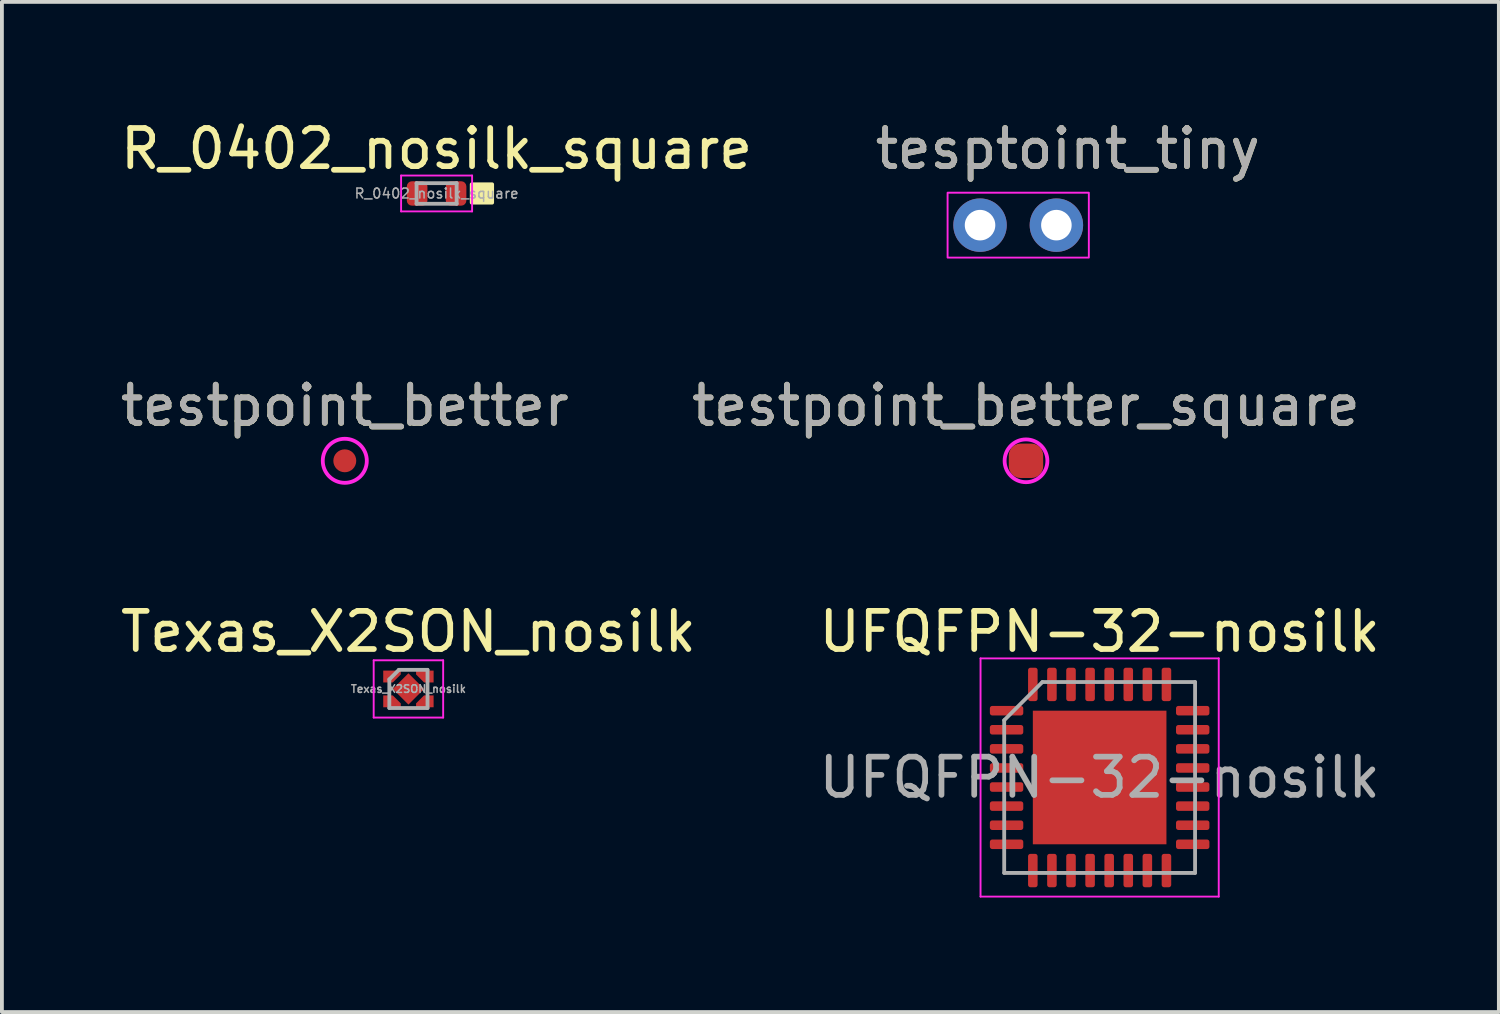
<source format=kicad_pcb>
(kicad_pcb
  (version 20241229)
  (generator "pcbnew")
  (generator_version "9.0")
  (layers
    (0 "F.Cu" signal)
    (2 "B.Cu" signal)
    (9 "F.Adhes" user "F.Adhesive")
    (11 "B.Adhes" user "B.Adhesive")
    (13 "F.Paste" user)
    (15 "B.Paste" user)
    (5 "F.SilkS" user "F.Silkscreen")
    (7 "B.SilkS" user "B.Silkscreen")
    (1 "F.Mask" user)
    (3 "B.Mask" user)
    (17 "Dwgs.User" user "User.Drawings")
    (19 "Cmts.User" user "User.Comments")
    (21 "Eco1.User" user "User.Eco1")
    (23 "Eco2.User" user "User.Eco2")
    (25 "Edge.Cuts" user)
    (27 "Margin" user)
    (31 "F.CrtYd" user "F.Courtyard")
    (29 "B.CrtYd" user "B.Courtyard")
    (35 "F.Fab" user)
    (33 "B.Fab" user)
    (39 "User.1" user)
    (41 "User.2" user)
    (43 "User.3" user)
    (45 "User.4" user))
  (footprint "tesptoint_tiny"
    (layer "F.Cu")
    (at 23.623 2.848)
    (property "Reference" "tesptoint_tiny" (at 1.3 -2 0) (layer "F.SilkS") (effects (font (size 1 1) (thickness 0.15))))
    (attr exclude_from_pos_files exclude_from_bom)
    (fp_rect (start -1.85 -0.85) (end 1.85 0.85) (stroke (width 0.05) (type default)) (fill no) (layer "F.CrtYd"))
    (fp_text user "${REFERENCE}" (at 1.3 -2 0) (layer "F.Fab") (effects (font (size 1 1) (thickness 0.15))))
    (pad "1" thru_hole circle (at -1 0) (size 1.4 1.4) (drill 0.8) (layers "*.Cu" "*.Mask"))
    (pad "2" thru_hole circle (at 1 0) (size 1.4 1.4) (drill 0.8) (layers "*.Cu" "*.Mask")))
  (footprint "Texas_X2SON_nosilk"
    (layer "F.Cu")
    (at 7.649 14.997)
    (property "Reference" "Texas_X2SON_nosilk" (at 0 -1.5 0) (layer "F.SilkS") (effects (font (size 1 1) (thickness 0.15))))
    (attr smd)
    (fp_line (start -0.91 -0.75) (end 0.91 -0.75) (stroke (width 0.05) (type solid)) (layer "F.CrtYd"))
    (fp_line (start -0.91 0.75) (end -0.91 -0.75) (stroke (width 0.05) (type solid)) (layer "F.CrtYd"))
    (fp_line (start 0.91 -0.75) (end 0.91 0.75) (stroke (width 0.05) (type solid)) (layer "F.CrtYd"))
    (fp_line (start 0.91 0.75) (end -0.91 0.75) (stroke (width 0.05) (type solid)) (layer "F.CrtYd"))
    (fp_line (start -0.5 -0.25) (end -0.25 -0.5) (stroke (width 0.1) (type solid)) (layer "F.Fab"))
    (fp_line (start -0.5 0.5) (end -0.5 -0.25) (stroke (width 0.1) (type solid)) (layer "F.Fab"))
    (fp_line (start -0.25 -0.5) (end 0.5 -0.5) (stroke (width 0.1) (type solid)) (layer "F.Fab"))
    (fp_line (start 0.5 -0.5) (end 0.5 0.5) (stroke (width 0.1) (type solid)) (layer "F.Fab"))
    (fp_line (start 0.5 0.5) (end -0.5 0.5) (stroke (width 0.1) (type solid)) (layer "F.Fab"))
    (fp_text user "${REFERENCE}" (at 0 0 0) (layer "F.Fab") (effects (font (size 0.2 0.2) (thickness 0.04))))
    (pad "" smd custom (at -0.43 -0.325) (size 0.148 0.148) (layers "F.Mask") (options (anchor circle)) (primitives (gr_poly (pts (xy 0.18 -0.075) (xy 0 0.105) (xy -0.18 0.105) (xy -0.18 -0.105) (xy 0.18 -0.105)) (width 0) (fill yes))))
    (pad "" smd custom (at -0.43 -0.325) (size 0.148 0.148) (layers "F.Paste") (options (anchor circle)) (primitives (gr_poly (pts (xy 0.18 -0.075) (xy 0 0.105) (xy -0.22 0.105) (xy -0.22 -0.105) (xy 0.18 -0.105)) (width 0) (fill yes))))
    (pad "" smd custom (at -0.43 0.325) (size 0.148 0.148) (layers "F.Mask") (options (anchor circle)) (primitives (gr_poly (pts (xy 0.18 0.075) (xy 0.18 0.105) (xy -0.18 0.105) (xy -0.18 -0.105) (xy 0 -0.105)) (width 0) (fill yes))))
    (pad "" smd custom (at -0.43 0.325) (size 0.148 0.148) (layers "F.Paste") (options (anchor circle)) (primitives (gr_poly (pts (xy 0.18 0.075) (xy 0.18 0.105) (xy -0.22 0.105) (xy -0.22 -0.105) (xy 0 -0.105)) (width 0) (fill yes))))
    (pad "" smd custom (at 0.43 -0.325) (size 0.148 0.148) (layers "F.Mask") (options (anchor circle)) (primitives (gr_poly (pts (xy 0.18 0.105) (xy 0 0.105) (xy -0.18 -0.075) (xy -0.18 -0.105) (xy 0.18 -0.105)) (width 0) (fill yes))))
    (pad "" smd custom (at 0.43 -0.325) (size 0.148 0.148) (layers "F.Paste") (options (anchor circle)) (primitives (gr_poly (pts (xy 0.22 0.105) (xy 0 0.105) (xy -0.18 -0.075) (xy -0.18 -0.105) (xy 0.22 -0.105)) (width 0) (fill yes))))
    (pad "" smd custom (at 0.43 0.325) (size 0.148 0.148) (layers "F.Mask") (options (anchor circle)) (primitives (gr_poly (pts (xy 0.18 0.105) (xy -0.18 0.105) (xy -0.18 0.075) (xy 0 -0.105) (xy 0.18 -0.105)) (width 0) (fill yes))))
    (pad "" smd custom (at 0.43 0.325) (size 0.148 0.148) (layers "F.Paste") (options (anchor circle)) (primitives (gr_poly (pts (xy 0.22 0.105) (xy -0.18 0.105) (xy -0.18 0.075) (xy 0 -0.105) (xy 0.22 -0.105)) (width 0) (fill yes))))
    (pad "1" smd custom (at -0.43 -0.325) (size 0.148 0.148) (layers "F.Cu") (options (anchor circle)) (primitives (gr_poly (pts (xy 0.23 -0.054) (xy 0.021 0.155) (xy -0.23 0.155) (xy -0.23 -0.155) (xy 0.23 -0.155)) (width 0) (fill yes))))
    (pad "2" smd custom (at -0.43 0.325) (size 0.148 0.148) (layers "F.Cu") (options (anchor circle)) (primitives (gr_poly (pts (xy 0.23 0.054) (xy 0.23 0.155) (xy -0.23 0.155) (xy -0.23 -0.155) (xy 0.021 -0.155)) (width 0) (fill yes))))
    (pad "3" smd custom (at 0.43 0.325) (size 0.148 0.148) (layers "F.Cu") (options (anchor circle)) (primitives (gr_poly (pts (xy 0.23 0.155) (xy -0.23 0.155) (xy -0.23 0.054) (xy -0.021 -0.155) (xy 0.23 -0.155)) (width 0) (fill yes))))
    (pad "4" smd custom (at 0.43 -0.325) (size 0.148 0.148) (layers "F.Cu") (options (anchor circle)) (primitives (gr_poly (pts (xy 0.23 0.155) (xy -0.021 0.155) (xy -0.23 -0.054) (xy -0.23 -0.155) (xy 0.23 -0.155)) (width 0) (fill yes))))
    (pad "5" smd rect (at 0 0 45) (size 0.58 0.58) (layers "F.Cu" "F.Mask" "F.Paste")))
  (footprint "testpoint_better"
    (layer "F.Cu")
    (at 5.982 9.021)
    (property "Reference" "testpoint_better" (at 0 -1.448 0) (layer "F.SilkS") (effects (font (size 1 1) (thickness 0.15))))
    (attr exclude_from_pos_files exclude_from_bom)
    (fp_circle (center 0 0) (end 0.577 0) (stroke (width 0.1) (type default)) (fill no) (layer "F.CrtYd"))
    (fp_text user "${REFERENCE}" (at 0 -1.45 0) (layer "F.Fab") (effects (font (size 1 1) (thickness 0.15))))
    (pad "1" smd circle (at 0 0) (size 0.6 0.6) (layers "F.Cu" "F.Mask")))
  (footprint "testpoint_better_square"
    (layer "F.Cu")
    (at 23.827 9.021)
    (property "Reference" "testpoint_better_square" (at 0 -1.448 0) (layer "F.SilkS") (effects (font (size 1 1) (thickness 0.15))))
    (attr exclude_from_pos_files exclude_from_bom)
    (fp_circle (center 0 0) (end 0.56 -0.01) (stroke (width 0.1) (type default)) (fill no) (layer "F.CrtYd"))
    (fp_text user "${REFERENCE}" (at 0 -1.45 0) (layer "F.Fab") (effects (font (size 1 1) (thickness 0.15))))
    (pad "1" smd roundrect (at 0 0) (size 0.9 0.9) (layers "F.Cu" "F.Mask") (roundrect_rratio 0.333)))
  (footprint "UFQFPN-32-nosilk"
    (layer "F.Cu")
    (at 25.756 17.317)
    (property "Reference" "UFQFPN-32-nosilk" (at 0 -3.82 0) (layer "F.SilkS") (effects (font (size 1 1) (thickness 0.15))))
    (attr smd)
    (fp_line (start -3.12 -3.12) (end -3.12 3.12) (stroke (width 0.05) (type solid)) (layer "F.CrtYd"))
    (fp_line (start -3.12 3.12) (end 3.12 3.12) (stroke (width 0.05) (type solid)) (layer "F.CrtYd"))
    (fp_line (start 3.12 -3.12) (end -3.12 -3.12) (stroke (width 0.05) (type solid)) (layer "F.CrtYd"))
    (fp_line (start 3.12 3.12) (end 3.12 -3.12) (stroke (width 0.05) (type solid)) (layer "F.CrtYd"))
    (fp_line (start -2.5 -1.5) (end -1.5 -2.5) (stroke (width 0.1) (type solid)) (layer "F.Fab"))
    (fp_line (start -2.5 2.5) (end -2.5 -1.5) (stroke (width 0.1) (type solid)) (layer "F.Fab"))
    (fp_line (start -1.5 -2.5) (end 2.5 -2.5) (stroke (width 0.1) (type solid)) (layer "F.Fab"))
    (fp_line (start 2.5 -2.5) (end 2.5 2.5) (stroke (width 0.1) (type solid)) (layer "F.Fab"))
    (fp_line (start 2.5 2.5) (end -2.5 2.5) (stroke (width 0.1) (type solid)) (layer "F.Fab"))
    (fp_text user "${REFERENCE}" (at 0 0 0) (layer "F.Fab") (effects (font (size 1 1) (thickness 0.15))))
    (pad "" smd roundrect (at -0.875 -0.875) (size 1.41 1.41) (layers "F.Paste") (roundrect_rratio 0.177))
    (pad "" smd roundrect (at -0.875 0.875) (size 1.41 1.41) (layers "F.Paste") (roundrect_rratio 0.177))
    (pad "" smd roundrect (at 0.875 -0.875) (size 1.41 1.41) (layers "F.Paste") (roundrect_rratio 0.177))
    (pad "" smd roundrect (at 0.875 0.875) (size 1.41 1.41) (layers "F.Paste") (roundrect_rratio 0.177))
    (pad "1" smd roundrect (at -2.438 -1.75) (size 0.875 0.25) (layers "F.Cu" "F.Mask" "F.Paste") (roundrect_rratio 0.25))
    (pad "2" smd roundrect (at -2.438 -1.25) (size 0.875 0.25) (layers "F.Cu" "F.Mask" "F.Paste") (roundrect_rratio 0.25))
    (pad "3" smd roundrect (at -2.438 -0.75) (size 0.875 0.25) (layers "F.Cu" "F.Mask" "F.Paste") (roundrect_rratio 0.25))
    (pad "4" smd roundrect (at -2.438 -0.25) (size 0.875 0.25) (layers "F.Cu" "F.Mask" "F.Paste") (roundrect_rratio 0.25))
    (pad "5" smd roundrect (at -2.438 0.25) (size 0.875 0.25) (layers "F.Cu" "F.Mask" "F.Paste") (roundrect_rratio 0.25))
    (pad "6" smd roundrect (at -2.438 0.75) (size 0.875 0.25) (layers "F.Cu" "F.Mask" "F.Paste") (roundrect_rratio 0.25))
    (pad "7" smd roundrect (at -2.438 1.25) (size 0.875 0.25) (layers "F.Cu" "F.Mask" "F.Paste") (roundrect_rratio 0.25))
    (pad "8" smd roundrect (at -2.438 1.75) (size 0.875 0.25) (layers "F.Cu" "F.Mask" "F.Paste") (roundrect_rratio 0.25))
    (pad "9" smd roundrect (at -1.75 2.438) (size 0.25 0.875) (layers "F.Cu" "F.Mask" "F.Paste") (roundrect_rratio 0.25))
    (pad "10" smd roundrect (at -1.25 2.438) (size 0.25 0.875) (layers "F.Cu" "F.Mask" "F.Paste") (roundrect_rratio 0.25))
    (pad "11" smd roundrect (at -0.75 2.438) (size 0.25 0.875) (layers "F.Cu" "F.Mask" "F.Paste") (roundrect_rratio 0.25))
    (pad "12" smd roundrect (at -0.25 2.438) (size 0.25 0.875) (layers "F.Cu" "F.Mask" "F.Paste") (roundrect_rratio 0.25))
    (pad "13" smd roundrect (at 0.25 2.438) (size 0.25 0.875) (layers "F.Cu" "F.Mask" "F.Paste") (roundrect_rratio 0.25))
    (pad "14" smd roundrect (at 0.75 2.438) (size 0.25 0.875) (layers "F.Cu" "F.Mask" "F.Paste") (roundrect_rratio 0.25))
    (pad "15" smd roundrect (at 1.25 2.438) (size 0.25 0.875) (layers "F.Cu" "F.Mask" "F.Paste") (roundrect_rratio 0.25))
    (pad "16" smd roundrect (at 1.75 2.438) (size 0.25 0.875) (layers "F.Cu" "F.Mask" "F.Paste") (roundrect_rratio 0.25))
    (pad "17" smd roundrect (at 2.438 1.75) (size 0.875 0.25) (layers "F.Cu" "F.Mask" "F.Paste") (roundrect_rratio 0.25))
    (pad "18" smd roundrect (at 2.438 1.25) (size 0.875 0.25) (layers "F.Cu" "F.Mask" "F.Paste") (roundrect_rratio 0.25))
    (pad "19" smd roundrect (at 2.438 0.75) (size 0.875 0.25) (layers "F.Cu" "F.Mask" "F.Paste") (roundrect_rratio 0.25))
    (pad "20" smd roundrect (at 2.438 0.25) (size 0.875 0.25) (layers "F.Cu" "F.Mask" "F.Paste") (roundrect_rratio 0.25))
    (pad "21" smd roundrect (at 2.438 -0.25) (size 0.875 0.25) (layers "F.Cu" "F.Mask" "F.Paste") (roundrect_rratio 0.25))
    (pad "22" smd roundrect (at 2.438 -0.75) (size 0.875 0.25) (layers "F.Cu" "F.Mask" "F.Paste") (roundrect_rratio 0.25))
    (pad "23" smd roundrect (at 2.438 -1.25) (size 0.875 0.25) (layers "F.Cu" "F.Mask" "F.Paste") (roundrect_rratio 0.25))
    (pad "24" smd roundrect (at 2.438 -1.75) (size 0.875 0.25) (layers "F.Cu" "F.Mask" "F.Paste") (roundrect_rratio 0.25))
    (pad "25" smd roundrect (at 1.75 -2.438) (size 0.25 0.875) (layers "F.Cu" "F.Mask" "F.Paste") (roundrect_rratio 0.25))
    (pad "26" smd roundrect (at 1.25 -2.438) (size 0.25 0.875) (layers "F.Cu" "F.Mask" "F.Paste") (roundrect_rratio 0.25))
    (pad "27" smd roundrect (at 0.75 -2.438) (size 0.25 0.875) (layers "F.Cu" "F.Mask" "F.Paste") (roundrect_rratio 0.25))
    (pad "28" smd roundrect (at 0.25 -2.438) (size 0.25 0.875) (layers "F.Cu" "F.Mask" "F.Paste") (roundrect_rratio 0.25))
    (pad "29" smd roundrect (at -0.25 -2.438) (size 0.25 0.875) (layers "F.Cu" "F.Mask" "F.Paste") (roundrect_rratio 0.25))
    (pad "30" smd roundrect (at -0.75 -2.438) (size 0.25 0.875) (layers "F.Cu" "F.Mask" "F.Paste") (roundrect_rratio 0.25))
    (pad "31" smd roundrect (at -1.25 -2.438) (size 0.25 0.875) (layers "F.Cu" "F.Mask" "F.Paste") (roundrect_rratio 0.25))
    (pad "32" smd roundrect (at -1.75 -2.438) (size 0.25 0.875) (layers "F.Cu" "F.Mask" "F.Paste") (roundrect_rratio 0.25))
    (pad "33" smd rect (at 0 0) (size 3.5 3.5) (layers "F.Cu" "F.Mask")))
  (footprint "R_0402_nosilk_square"
    (layer "F.Cu")
    (at 8.387 2.018)
    (property "Reference" "R_0402_nosilk_square" (at 0 -1.17 0) (layer "F.SilkS") (effects (font (size 1 1) (thickness 0.15))))
    (attr smd)
    (fp_rect (start 0.92 -0.24) (end 1.455 0.24) (stroke (width 0.1) (type solid)) (fill yes) (layer "F.SilkS"))
    (fp_line (start -0.93 -0.47) (end 0.93 -0.47) (stroke (width 0.05) (type solid)) (layer "F.CrtYd"))
    (fp_line (start -0.93 0.47) (end -0.93 -0.47) (stroke (width 0.05) (type solid)) (layer "F.CrtYd"))
    (fp_line (start 0.93 -0.47) (end 0.93 0.47) (stroke (width 0.05) (type solid)) (layer "F.CrtYd"))
    (fp_line (start 0.93 0.47) (end -0.93 0.47) (stroke (width 0.05) (type solid)) (layer "F.CrtYd"))
    (fp_line (start -0.525 -0.27) (end 0.525 -0.27) (stroke (width 0.1) (type solid)) (layer "F.Fab"))
    (fp_line (start -0.525 0.27) (end -0.525 -0.27) (stroke (width 0.1) (type solid)) (layer "F.Fab"))
    (fp_line (start 0.525 -0.27) (end 0.525 0.27) (stroke (width 0.1) (type solid)) (layer "F.Fab"))
    (fp_line (start 0.525 0.27) (end -0.525 0.27) (stroke (width 0.1) (type solid)) (layer "F.Fab"))
    (fp_text user "${REFERENCE}" (at 0 0 0) (layer "F.Fab") (effects (font (size 0.26 0.26) (thickness 0.04))))
    (pad "1" smd roundrect (at -0.51 0) (size 0.54 0.64) (layers "F.Cu" "F.Mask" "F.Paste") (roundrect_rratio 0.25))
    (pad "2" smd roundrect (at 0.51 0) (size 0.54 0.64) (layers "F.Cu" "F.Mask" "F.Paste") (roundrect_rratio 0.25)))
  (gr_rect
    (start -3 -3)
    (end 36.214 23.462)
    (stroke (width 0.1) (type default))
    (fill no)
    (layer "Edge.Cuts")))
</source>
